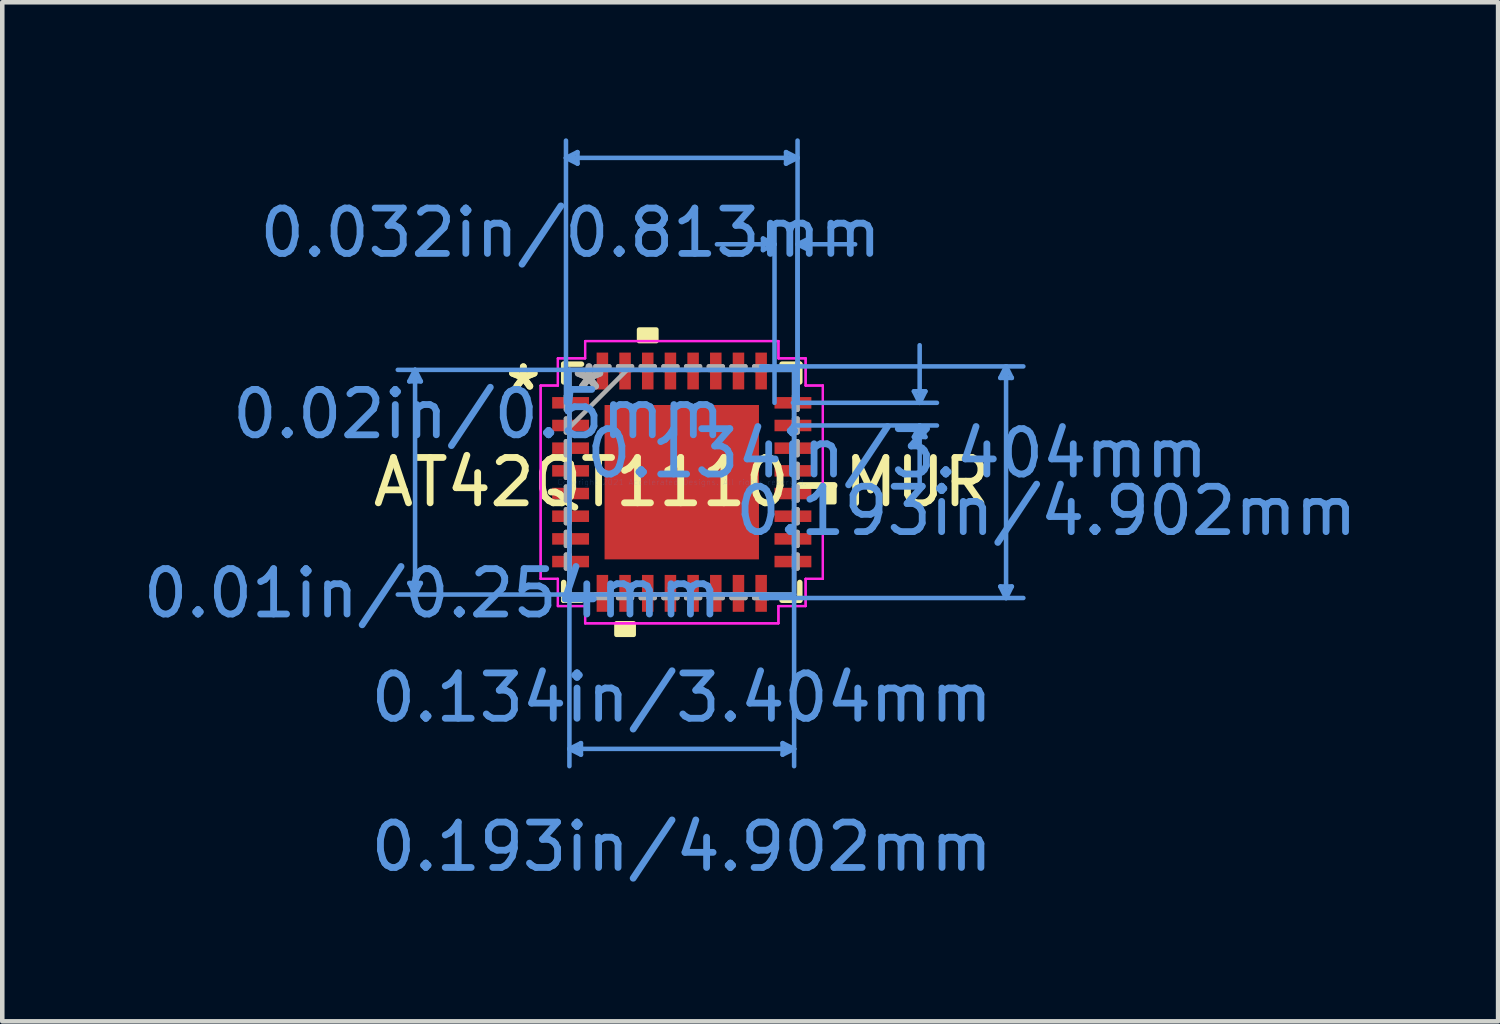
<source format=kicad_pcb>
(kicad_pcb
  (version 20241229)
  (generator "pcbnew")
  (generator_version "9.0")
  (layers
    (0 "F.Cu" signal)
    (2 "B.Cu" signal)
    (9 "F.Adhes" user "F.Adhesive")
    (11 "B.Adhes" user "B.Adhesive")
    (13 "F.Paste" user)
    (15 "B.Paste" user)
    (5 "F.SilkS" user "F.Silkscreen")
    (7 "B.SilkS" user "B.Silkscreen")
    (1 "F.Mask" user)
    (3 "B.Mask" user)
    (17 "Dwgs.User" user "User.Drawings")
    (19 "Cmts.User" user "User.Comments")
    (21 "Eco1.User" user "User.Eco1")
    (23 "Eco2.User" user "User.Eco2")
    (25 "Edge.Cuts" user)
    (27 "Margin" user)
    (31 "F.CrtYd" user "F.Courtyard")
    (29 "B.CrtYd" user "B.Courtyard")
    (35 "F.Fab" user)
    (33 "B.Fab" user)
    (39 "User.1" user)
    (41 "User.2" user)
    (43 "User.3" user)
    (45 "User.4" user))
  (footprint "AT42QT1110-MUR"
    (layer "F.Cu")
    (at 11.981 7.581)
    (property "Reference" "AT42QT1110-MUR" (at 0 0 0) (layer "F.SilkS") (effects (font (size 1 1) (thickness 0.15))))
    (attr through_hole)
    (fp_line (start -2.603 -2.603) (end -2.603 -2.21) (stroke (width 0.12) (type solid)) (layer "F.SilkS"))
    (fp_line (start -2.603 2.21) (end -2.603 2.603) (stroke (width 0.12) (type solid)) (layer "F.SilkS"))
    (fp_line (start -2.603 2.603) (end -2.21 2.603) (stroke (width 0.12) (type solid)) (layer "F.SilkS"))
    (fp_line (start -2.21 -2.603) (end -2.603 -2.603) (stroke (width 0.12) (type solid)) (layer "F.SilkS"))
    (fp_line (start 2.21 2.603) (end 2.603 2.603) (stroke (width 0.12) (type solid)) (layer "F.SilkS"))
    (fp_line (start 2.603 -2.603) (end 2.21 -2.603) (stroke (width 0.12) (type solid)) (layer "F.SilkS"))
    (fp_line (start 2.603 -2.21) (end 2.603 -2.603) (stroke (width 0.12) (type solid)) (layer "F.SilkS"))
    (fp_line (start 2.603 2.603) (end 2.603 2.21) (stroke (width 0.12) (type solid)) (layer "F.SilkS"))
    (fp_poly (pts (xy -1.44 3.111) (xy -1.44 3.365) (xy -1.06 3.365) (xy -1.06 3.111)) (stroke (width 0.1) (type solid)) (fill yes) (layer "F.SilkS"))
    (fp_poly (pts (xy -0.941 -3.111) (xy -0.941 -3.365) (xy -0.56 -3.365) (xy -0.56 -3.111)) (stroke (width 0.1) (type solid)) (fill yes) (layer "F.SilkS"))
    (fp_poly (pts (xy 3.365 0.059) (xy 3.365 0.441) (xy 3.111 0.441) (xy 3.111 0.059)) (stroke (width 0.1) (type solid)) (fill yes) (layer "F.SilkS"))
    (fp_poly (pts (xy -1.602 -1.602) (xy -1.602 -0.1) (xy -0.1 -0.1) (xy -0.1 -1.602)) (stroke (width 0.1) (type solid)) (fill yes) (layer "F.Paste"))
    (fp_poly (pts (xy -1.602 0.1) (xy -1.602 1.602) (xy -0.1 1.602) (xy -0.1 0.1)) (stroke (width 0.1) (type solid)) (fill yes) (layer "F.Paste"))
    (fp_poly (pts (xy 0.1 -1.602) (xy 0.1 -0.1) (xy 1.602 -0.1) (xy 1.602 -1.602)) (stroke (width 0.1) (type solid)) (fill yes) (layer "F.Paste"))
    (fp_poly (pts (xy 0.1 0.1) (xy 0.1 1.602) (xy 1.602 1.602) (xy 1.602 0.1)) (stroke (width 0.1) (type solid)) (fill yes) (layer "F.Paste"))
    (fp_line (start -6.007 -2.223) (end -5.753 -2.223) (stroke (width 0.1) (type solid)) (layer "Cmts.User"))
    (fp_line (start -6.007 2.223) (end -5.753 2.223) (stroke (width 0.1) (type solid)) (layer "Cmts.User"))
    (fp_line (start -5.88 -2.477) (end -6.007 -2.223) (stroke (width 0.1) (type solid)) (layer "Cmts.User"))
    (fp_line (start -5.88 -2.477) (end -5.88 2.477) (stroke (width 0.1) (type solid)) (layer "Cmts.User"))
    (fp_line (start -5.88 -2.477) (end -5.753 -2.223) (stroke (width 0.1) (type solid)) (layer "Cmts.User"))
    (fp_line (start -5.88 2.477) (end -6.007 2.223) (stroke (width 0.1) (type solid)) (layer "Cmts.User"))
    (fp_line (start -5.88 2.477) (end -5.753 2.223) (stroke (width 0.1) (type solid)) (layer "Cmts.User"))
    (fp_line (start -2.553 -7.15) (end -2.299 -7.277) (stroke (width 0.1) (type solid)) (layer "Cmts.User"))
    (fp_line (start -2.553 -7.15) (end -2.299 -7.023) (stroke (width 0.1) (type solid)) (layer "Cmts.User"))
    (fp_line (start -2.553 -7.15) (end 2.553 -7.15) (stroke (width 0.1) (type solid)) (layer "Cmts.User"))
    (fp_line (start -2.553 -1.75) (end -2.553 -7.531) (stroke (width 0.1) (type solid)) (layer "Cmts.User"))
    (fp_line (start -2.477 -2.477) (end -2.477 6.261) (stroke (width 0.1) (type solid)) (layer "Cmts.User"))
    (fp_line (start -2.477 5.88) (end -2.223 5.753) (stroke (width 0.1) (type solid)) (layer "Cmts.User"))
    (fp_line (start -2.477 5.88) (end -2.223 6.007) (stroke (width 0.1) (type solid)) (layer "Cmts.User"))
    (fp_line (start -2.477 5.88) (end 2.477 5.88) (stroke (width 0.1) (type solid)) (layer "Cmts.User"))
    (fp_line (start -2.299 -7.277) (end -2.299 -7.023) (stroke (width 0.1) (type solid)) (layer "Cmts.User"))
    (fp_line (start -2.223 5.753) (end -2.223 6.007) (stroke (width 0.1) (type solid)) (layer "Cmts.User"))
    (fp_line (start 1.75 -2.553) (end 7.531 -2.553) (stroke (width 0.1) (type solid)) (layer "Cmts.User"))
    (fp_line (start 1.75 2.553) (end 7.531 2.553) (stroke (width 0.1) (type solid)) (layer "Cmts.User"))
    (fp_line (start 1.791 -5.372) (end 1.791 -5.118) (stroke (width 0.1) (type solid)) (layer "Cmts.User"))
    (fp_line (start 2.045 -5.245) (end 0.775 -5.245) (stroke (width 0.1) (type solid)) (layer "Cmts.User"))
    (fp_line (start 2.045 -5.245) (end 1.791 -5.372) (stroke (width 0.1) (type solid)) (layer "Cmts.User"))
    (fp_line (start 2.045 -5.245) (end 1.791 -5.118) (stroke (width 0.1) (type solid)) (layer "Cmts.User"))
    (fp_line (start 2.045 -1.75) (end 2.045 -5.626) (stroke (width 0.1) (type solid)) (layer "Cmts.User"))
    (fp_line (start 2.223 5.753) (end 2.223 6.007) (stroke (width 0.1) (type solid)) (layer "Cmts.User"))
    (fp_line (start 2.299 -7.277) (end 2.299 -7.023) (stroke (width 0.1) (type solid)) (layer "Cmts.User"))
    (fp_line (start 2.451 -1.75) (end 5.626 -1.75) (stroke (width 0.1) (type solid)) (layer "Cmts.User"))
    (fp_line (start 2.451 -1.25) (end 5.626 -1.25) (stroke (width 0.1) (type solid)) (layer "Cmts.User"))
    (fp_line (start 2.477 -2.477) (end -6.261 -2.477) (stroke (width 0.1) (type solid)) (layer "Cmts.User"))
    (fp_line (start 2.477 -2.477) (end 2.477 6.261) (stroke (width 0.1) (type solid)) (layer "Cmts.User"))
    (fp_line (start 2.477 2.477) (end -6.261 2.477) (stroke (width 0.1) (type solid)) (layer "Cmts.User"))
    (fp_line (start 2.477 5.88) (end 2.223 5.753) (stroke (width 0.1) (type solid)) (layer "Cmts.User"))
    (fp_line (start 2.477 5.88) (end 2.223 6.007) (stroke (width 0.1) (type solid)) (layer "Cmts.User"))
    (fp_line (start 2.553 -7.15) (end 2.299 -7.277) (stroke (width 0.1) (type solid)) (layer "Cmts.User"))
    (fp_line (start 2.553 -7.15) (end 2.299 -7.023) (stroke (width 0.1) (type solid)) (layer "Cmts.User"))
    (fp_line (start 2.553 -5.245) (end 2.807 -5.372) (stroke (width 0.1) (type solid)) (layer "Cmts.User"))
    (fp_line (start 2.553 -5.245) (end 2.807 -5.118) (stroke (width 0.1) (type solid)) (layer "Cmts.User"))
    (fp_line (start 2.553 -5.245) (end 3.823 -5.245) (stroke (width 0.1) (type solid)) (layer "Cmts.User"))
    (fp_line (start 2.553 -1.75) (end 2.553 -7.531) (stroke (width 0.1) (type solid)) (layer "Cmts.User"))
    (fp_line (start 2.553 -1.75) (end 2.553 -5.626) (stroke (width 0.1) (type solid)) (layer "Cmts.User"))
    (fp_line (start 2.807 -5.372) (end 2.807 -5.118) (stroke (width 0.1) (type solid)) (layer "Cmts.User"))
    (fp_line (start 5.118 -2.004) (end 5.372 -2.004) (stroke (width 0.1) (type solid)) (layer "Cmts.User"))
    (fp_line (start 5.118 -0.996) (end 5.372 -0.996) (stroke (width 0.1) (type solid)) (layer "Cmts.User"))
    (fp_line (start 5.245 -1.75) (end 5.118 -2.004) (stroke (width 0.1) (type solid)) (layer "Cmts.User"))
    (fp_line (start 5.245 -1.75) (end 5.245 -3.02) (stroke (width 0.1) (type solid)) (layer "Cmts.User"))
    (fp_line (start 5.245 -1.75) (end 5.372 -2.004) (stroke (width 0.1) (type solid)) (layer "Cmts.User"))
    (fp_line (start 5.245 -1.25) (end 5.118 -0.996) (stroke (width 0.1) (type solid)) (layer "Cmts.User"))
    (fp_line (start 5.245 -1.25) (end 5.245 0.02) (stroke (width 0.1) (type solid)) (layer "Cmts.User"))
    (fp_line (start 5.245 -1.25) (end 5.372 -0.996) (stroke (width 0.1) (type solid)) (layer "Cmts.User"))
    (fp_line (start 7.023 -2.299) (end 7.277 -2.299) (stroke (width 0.1) (type solid)) (layer "Cmts.User"))
    (fp_line (start 7.023 2.299) (end 7.277 2.299) (stroke (width 0.1) (type solid)) (layer "Cmts.User"))
    (fp_line (start 7.15 -2.553) (end 7.023 -2.299) (stroke (width 0.1) (type solid)) (layer "Cmts.User"))
    (fp_line (start 7.15 -2.553) (end 7.15 2.553) (stroke (width 0.1) (type solid)) (layer "Cmts.User"))
    (fp_line (start 7.15 -2.553) (end 7.277 -2.299) (stroke (width 0.1) (type solid)) (layer "Cmts.User"))
    (fp_line (start 7.15 2.553) (end 7.023 2.299) (stroke (width 0.1) (type solid)) (layer "Cmts.User"))
    (fp_line (start 7.15 2.553) (end 7.277 2.299) (stroke (width 0.1) (type solid)) (layer "Cmts.User"))
    (fp_line (start -3.111 -2.131) (end -2.731 -2.131) (stroke (width 0.05) (type solid)) (layer "F.CrtYd"))
    (fp_line (start -3.111 -2.131) (end -2.731 -2.131) (stroke (width 0.05) (type solid)) (layer "F.CrtYd"))
    (fp_line (start -3.111 2.131) (end -3.111 -2.131) (stroke (width 0.05) (type solid)) (layer "F.CrtYd"))
    (fp_line (start -3.111 2.131) (end -3.111 -2.131) (stroke (width 0.05) (type solid)) (layer "F.CrtYd"))
    (fp_line (start -2.731 -2.731) (end -2.131 -2.731) (stroke (width 0.05) (type solid)) (layer "F.CrtYd"))
    (fp_line (start -2.731 -2.731) (end -2.131 -2.731) (stroke (width 0.05) (type solid)) (layer "F.CrtYd"))
    (fp_line (start -2.731 -2.131) (end -2.731 -2.731) (stroke (width 0.05) (type solid)) (layer "F.CrtYd"))
    (fp_line (start -2.731 -2.131) (end -2.731 -2.731) (stroke (width 0.05) (type solid)) (layer "F.CrtYd"))
    (fp_line (start -2.731 2.131) (end -3.111 2.131) (stroke (width 0.05) (type solid)) (layer "F.CrtYd"))
    (fp_line (start -2.731 2.131) (end -3.111 2.131) (stroke (width 0.05) (type solid)) (layer "F.CrtYd"))
    (fp_line (start -2.731 2.731) (end -2.731 2.131) (stroke (width 0.05) (type solid)) (layer "F.CrtYd"))
    (fp_line (start -2.731 2.731) (end -2.731 2.131) (stroke (width 0.05) (type solid)) (layer "F.CrtYd"))
    (fp_line (start -2.131 -3.111) (end 2.131 -3.111) (stroke (width 0.05) (type solid)) (layer "F.CrtYd"))
    (fp_line (start -2.131 -3.111) (end 2.131 -3.111) (stroke (width 0.05) (type solid)) (layer "F.CrtYd"))
    (fp_line (start -2.131 -2.731) (end -2.131 -3.111) (stroke (width 0.05) (type solid)) (layer "F.CrtYd"))
    (fp_line (start -2.131 -2.731) (end -2.131 -3.111) (stroke (width 0.05) (type solid)) (layer "F.CrtYd"))
    (fp_line (start -2.131 2.731) (end -2.731 2.731) (stroke (width 0.05) (type solid)) (layer "F.CrtYd"))
    (fp_line (start -2.131 2.731) (end -2.731 2.731) (stroke (width 0.05) (type solid)) (layer "F.CrtYd"))
    (fp_line (start -2.131 3.111) (end -2.131 2.731) (stroke (width 0.05) (type solid)) (layer "F.CrtYd"))
    (fp_line (start -2.131 3.111) (end -2.131 2.731) (stroke (width 0.05) (type solid)) (layer "F.CrtYd"))
    (fp_line (start 2.131 -3.111) (end 2.131 -2.731) (stroke (width 0.05) (type solid)) (layer "F.CrtYd"))
    (fp_line (start 2.131 -3.111) (end 2.131 -2.731) (stroke (width 0.05) (type solid)) (layer "F.CrtYd"))
    (fp_line (start 2.131 -2.731) (end 2.731 -2.731) (stroke (width 0.05) (type solid)) (layer "F.CrtYd"))
    (fp_line (start 2.131 -2.731) (end 2.731 -2.731) (stroke (width 0.05) (type solid)) (layer "F.CrtYd"))
    (fp_line (start 2.131 2.731) (end 2.131 3.111) (stroke (width 0.05) (type solid)) (layer "F.CrtYd"))
    (fp_line (start 2.131 2.731) (end 2.131 3.111) (stroke (width 0.05) (type solid)) (layer "F.CrtYd"))
    (fp_line (start 2.131 3.111) (end -2.131 3.111) (stroke (width 0.05) (type solid)) (layer "F.CrtYd"))
    (fp_line (start 2.131 3.111) (end -2.131 3.111) (stroke (width 0.05) (type solid)) (layer "F.CrtYd"))
    (fp_line (start 2.731 -2.731) (end 2.731 -2.131) (stroke (width 0.05) (type solid)) (layer "F.CrtYd"))
    (fp_line (start 2.731 -2.731) (end 2.731 -2.131) (stroke (width 0.05) (type solid)) (layer "F.CrtYd"))
    (fp_line (start 2.731 -2.131) (end 3.111 -2.131) (stroke (width 0.05) (type solid)) (layer "F.CrtYd"))
    (fp_line (start 2.731 -2.131) (end 3.111 -2.131) (stroke (width 0.05) (type solid)) (layer "F.CrtYd"))
    (fp_line (start 2.731 2.131) (end 2.731 2.731) (stroke (width 0.05) (type solid)) (layer "F.CrtYd"))
    (fp_line (start 2.731 2.131) (end 2.731 2.731) (stroke (width 0.05) (type solid)) (layer "F.CrtYd"))
    (fp_line (start 2.731 2.731) (end 2.131 2.731) (stroke (width 0.05) (type solid)) (layer "F.CrtYd"))
    (fp_line (start 2.731 2.731) (end 2.131 2.731) (stroke (width 0.05) (type solid)) (layer "F.CrtYd"))
    (fp_line (start 3.111 -2.131) (end 3.111 2.131) (stroke (width 0.05) (type solid)) (layer "F.CrtYd"))
    (fp_line (start 3.111 -2.131) (end 3.111 2.131) (stroke (width 0.05) (type solid)) (layer "F.CrtYd"))
    (fp_line (start 3.111 2.131) (end 2.731 2.131) (stroke (width 0.05) (type solid)) (layer "F.CrtYd"))
    (fp_line (start 3.111 2.131) (end 2.731 2.131) (stroke (width 0.05) (type solid)) (layer "F.CrtYd"))
    (fp_line (start -2.553 -1.902) (end -2.553 -1.598) (stroke (width 0.1) (type solid)) (layer "F.Fab"))
    (fp_line (start -2.553 -1.598) (end -2.477 -1.598) (stroke (width 0.1) (type solid)) (layer "F.Fab"))
    (fp_line (start -2.553 -1.402) (end -2.553 -1.098) (stroke (width 0.1) (type solid)) (layer "F.Fab"))
    (fp_line (start -2.553 -1.098) (end -2.477 -1.098) (stroke (width 0.1) (type solid)) (layer "F.Fab"))
    (fp_line (start -2.553 -0.902) (end -2.553 -0.598) (stroke (width 0.1) (type solid)) (layer "F.Fab"))
    (fp_line (start -2.553 -0.598) (end -2.477 -0.598) (stroke (width 0.1) (type solid)) (layer "F.Fab"))
    (fp_line (start -2.553 -0.402) (end -2.553 -0.098) (stroke (width 0.1) (type solid)) (layer "F.Fab"))
    (fp_line (start -2.553 -0.098) (end -2.477 -0.098) (stroke (width 0.1) (type solid)) (layer "F.Fab"))
    (fp_line (start -2.553 0.098) (end -2.553 0.402) (stroke (width 0.1) (type solid)) (layer "F.Fab"))
    (fp_line (start -2.553 0.402) (end -2.477 0.402) (stroke (width 0.1) (type solid)) (layer "F.Fab"))
    (fp_line (start -2.553 0.598) (end -2.553 0.902) (stroke (width 0.1) (type solid)) (layer "F.Fab"))
    (fp_line (start -2.553 0.902) (end -2.477 0.902) (stroke (width 0.1) (type solid)) (layer "F.Fab"))
    (fp_line (start -2.553 1.098) (end -2.553 1.402) (stroke (width 0.1) (type solid)) (layer "F.Fab"))
    (fp_line (start -2.553 1.402) (end -2.477 1.402) (stroke (width 0.1) (type solid)) (layer "F.Fab"))
    (fp_line (start -2.553 1.598) (end -2.553 1.902) (stroke (width 0.1) (type solid)) (layer "F.Fab"))
    (fp_line (start -2.553 1.902) (end -2.477 1.902) (stroke (width 0.1) (type solid)) (layer "F.Fab"))
    (fp_line (start -2.477 -2.477) (end -2.477 -2.477) (stroke (width 0.1) (type solid)) (layer "F.Fab"))
    (fp_line (start -2.477 -2.477) (end -2.477 2.477) (stroke (width 0.1) (type solid)) (layer "F.Fab"))
    (fp_line (start -2.477 -1.902) (end -2.553 -1.902) (stroke (width 0.1) (type solid)) (layer "F.Fab"))
    (fp_line (start -2.477 -1.598) (end -2.477 -1.902) (stroke (width 0.1) (type solid)) (layer "F.Fab"))
    (fp_line (start -2.477 -1.402) (end -2.553 -1.402) (stroke (width 0.1) (type solid)) (layer "F.Fab"))
    (fp_line (start -2.477 -1.206) (end -1.206 -2.477) (stroke (width 0.1) (type solid)) (layer "F.Fab"))
    (fp_line (start -2.477 -1.098) (end -2.477 -1.402) (stroke (width 0.1) (type solid)) (layer "F.Fab"))
    (fp_line (start -2.477 -0.902) (end -2.553 -0.902) (stroke (width 0.1) (type solid)) (layer "F.Fab"))
    (fp_line (start -2.477 -0.598) (end -2.477 -0.902) (stroke (width 0.1) (type solid)) (layer "F.Fab"))
    (fp_line (start -2.477 -0.402) (end -2.553 -0.402) (stroke (width 0.1) (type solid)) (layer "F.Fab"))
    (fp_line (start -2.477 -0.098) (end -2.477 -0.402) (stroke (width 0.1) (type solid)) (layer "F.Fab"))
    (fp_line (start -2.477 0.098) (end -2.553 0.098) (stroke (width 0.1) (type solid)) (layer "F.Fab"))
    (fp_line (start -2.477 0.402) (end -2.477 0.098) (stroke (width 0.1) (type solid)) (layer "F.Fab"))
    (fp_line (start -2.477 0.598) (end -2.553 0.598) (stroke (width 0.1) (type solid)) (layer "F.Fab"))
    (fp_line (start -2.477 0.902) (end -2.477 0.598) (stroke (width 0.1) (type solid)) (layer "F.Fab"))
    (fp_line (start -2.477 1.098) (end -2.553 1.098) (stroke (width 0.1) (type solid)) (layer "F.Fab"))
    (fp_line (start -2.477 1.402) (end -2.477 1.098) (stroke (width 0.1) (type solid)) (layer "F.Fab"))
    (fp_line (start -2.477 1.598) (end -2.553 1.598) (stroke (width 0.1) (type solid)) (layer "F.Fab"))
    (fp_line (start -2.477 1.902) (end -2.477 1.598) (stroke (width 0.1) (type solid)) (layer "F.Fab"))
    (fp_line (start -2.477 2.477) (end -2.477 2.477) (stroke (width 0.1) (type solid)) (layer "F.Fab"))
    (fp_line (start -2.477 2.477) (end 2.477 2.477) (stroke (width 0.1) (type solid)) (layer "F.Fab"))
    (fp_line (start -1.902 -2.553) (end -1.902 -2.477) (stroke (width 0.1) (type solid)) (layer "F.Fab"))
    (fp_line (start -1.902 -2.477) (end -1.598 -2.477) (stroke (width 0.1) (type solid)) (layer "F.Fab"))
    (fp_line (start -1.902 2.477) (end -1.902 2.553) (stroke (width 0.1) (type solid)) (layer "F.Fab"))
    (fp_line (start -1.902 2.553) (end -1.598 2.553) (stroke (width 0.1) (type solid)) (layer "F.Fab"))
    (fp_line (start -1.598 -2.553) (end -1.902 -2.553) (stroke (width 0.1) (type solid)) (layer "F.Fab"))
    (fp_line (start -1.598 -2.477) (end -1.598 -2.553) (stroke (width 0.1) (type solid)) (layer "F.Fab"))
    (fp_line (start -1.598 2.477) (end -1.902 2.477) (stroke (width 0.1) (type solid)) (layer "F.Fab"))
    (fp_line (start -1.598 2.553) (end -1.598 2.477) (stroke (width 0.1) (type solid)) (layer "F.Fab"))
    (fp_line (start -1.402 -2.553) (end -1.402 -2.477) (stroke (width 0.1) (type solid)) (layer "F.Fab"))
    (fp_line (start -1.402 -2.477) (end -1.098 -2.477) (stroke (width 0.1) (type solid)) (layer "F.Fab"))
    (fp_line (start -1.402 2.477) (end -1.402 2.553) (stroke (width 0.1) (type solid)) (layer "F.Fab"))
    (fp_line (start -1.402 2.553) (end -1.098 2.553) (stroke (width 0.1) (type solid)) (layer "F.Fab"))
    (fp_line (start -1.098 -2.553) (end -1.402 -2.553) (stroke (width 0.1) (type solid)) (layer "F.Fab"))
    (fp_line (start -1.098 -2.477) (end -1.098 -2.553) (stroke (width 0.1) (type solid)) (layer "F.Fab"))
    (fp_line (start -1.098 2.477) (end -1.402 2.477) (stroke (width 0.1) (type solid)) (layer "F.Fab"))
    (fp_line (start -1.098 2.553) (end -1.098 2.477) (stroke (width 0.1) (type solid)) (layer "F.Fab"))
    (fp_line (start -0.902 -2.553) (end -0.902 -2.477) (stroke (width 0.1) (type solid)) (layer "F.Fab"))
    (fp_line (start -0.902 -2.477) (end -0.598 -2.477) (stroke (width 0.1) (type solid)) (layer "F.Fab"))
    (fp_line (start -0.902 2.477) (end -0.902 2.553) (stroke (width 0.1) (type solid)) (layer "F.Fab"))
    (fp_line (start -0.902 2.553) (end -0.598 2.553) (stroke (width 0.1) (type solid)) (layer "F.Fab"))
    (fp_line (start -0.598 -2.553) (end -0.902 -2.553) (stroke (width 0.1) (type solid)) (layer "F.Fab"))
    (fp_line (start -0.598 -2.477) (end -0.598 -2.553) (stroke (width 0.1) (type solid)) (layer "F.Fab"))
    (fp_line (start -0.598 2.477) (end -0.902 2.477) (stroke (width 0.1) (type solid)) (layer "F.Fab"))
    (fp_line (start -0.598 2.553) (end -0.598 2.477) (stroke (width 0.1) (type solid)) (layer "F.Fab"))
    (fp_line (start -0.402 -2.553) (end -0.402 -2.477) (stroke (width 0.1) (type solid)) (layer "F.Fab"))
    (fp_line (start -0.402 -2.477) (end -0.098 -2.477) (stroke (width 0.1) (type solid)) (layer "F.Fab"))
    (fp_line (start -0.402 2.477) (end -0.402 2.553) (stroke (width 0.1) (type solid)) (layer "F.Fab"))
    (fp_line (start -0.402 2.553) (end -0.098 2.553) (stroke (width 0.1) (type solid)) (layer "F.Fab"))
    (fp_line (start -0.098 -2.553) (end -0.402 -2.553) (stroke (width 0.1) (type solid)) (layer "F.Fab"))
    (fp_line (start -0.098 -2.477) (end -0.098 -2.553) (stroke (width 0.1) (type solid)) (layer "F.Fab"))
    (fp_line (start -0.098 2.477) (end -0.402 2.477) (stroke (width 0.1) (type solid)) (layer "F.Fab"))
    (fp_line (start -0.098 2.553) (end -0.098 2.477) (stroke (width 0.1) (type solid)) (layer "F.Fab"))
    (fp_line (start 0.098 -2.553) (end 0.098 -2.477) (stroke (width 0.1) (type solid)) (layer "F.Fab"))
    (fp_line (start 0.098 -2.477) (end 0.402 -2.477) (stroke (width 0.1) (type solid)) (layer "F.Fab"))
    (fp_line (start 0.098 2.477) (end 0.098 2.553) (stroke (width 0.1) (type solid)) (layer "F.Fab"))
    (fp_line (start 0.098 2.553) (end 0.402 2.553) (stroke (width 0.1) (type solid)) (layer "F.Fab"))
    (fp_line (start 0.402 -2.553) (end 0.098 -2.553) (stroke (width 0.1) (type solid)) (layer "F.Fab"))
    (fp_line (start 0.402 -2.477) (end 0.402 -2.553) (stroke (width 0.1) (type solid)) (layer "F.Fab"))
    (fp_line (start 0.402 2.477) (end 0.098 2.477) (stroke (width 0.1) (type solid)) (layer "F.Fab"))
    (fp_line (start 0.402 2.553) (end 0.402 2.477) (stroke (width 0.1) (type solid)) (layer "F.Fab"))
    (fp_line (start 0.598 -2.553) (end 0.598 -2.477) (stroke (width 0.1) (type solid)) (layer "F.Fab"))
    (fp_line (start 0.598 -2.477) (end 0.902 -2.477) (stroke (width 0.1) (type solid)) (layer "F.Fab"))
    (fp_line (start 0.598 2.477) (end 0.598 2.553) (stroke (width 0.1) (type solid)) (layer "F.Fab"))
    (fp_line (start 0.598 2.553) (end 0.902 2.553) (stroke (width 0.1) (type solid)) (layer "F.Fab"))
    (fp_line (start 0.902 -2.553) (end 0.598 -2.553) (stroke (width 0.1) (type solid)) (layer "F.Fab"))
    (fp_line (start 0.902 -2.477) (end 0.902 -2.553) (stroke (width 0.1) (type solid)) (layer "F.Fab"))
    (fp_line (start 0.902 2.477) (end 0.598 2.477) (stroke (width 0.1) (type solid)) (layer "F.Fab"))
    (fp_line (start 0.902 2.553) (end 0.902 2.477) (stroke (width 0.1) (type solid)) (layer "F.Fab"))
    (fp_line (start 1.098 -2.553) (end 1.098 -2.477) (stroke (width 0.1) (type solid)) (layer "F.Fab"))
    (fp_line (start 1.098 -2.477) (end 1.402 -2.477) (stroke (width 0.1) (type solid)) (layer "F.Fab"))
    (fp_line (start 1.098 2.477) (end 1.098 2.553) (stroke (width 0.1) (type solid)) (layer "F.Fab"))
    (fp_line (start 1.098 2.553) (end 1.402 2.553) (stroke (width 0.1) (type solid)) (layer "F.Fab"))
    (fp_line (start 1.402 -2.553) (end 1.098 -2.553) (stroke (width 0.1) (type solid)) (layer "F.Fab"))
    (fp_line (start 1.402 -2.477) (end 1.402 -2.553) (stroke (width 0.1) (type solid)) (layer "F.Fab"))
    (fp_line (start 1.402 2.477) (end 1.098 2.477) (stroke (width 0.1) (type solid)) (layer "F.Fab"))
    (fp_line (start 1.402 2.553) (end 1.402 2.477) (stroke (width 0.1) (type solid)) (layer "F.Fab"))
    (fp_line (start 1.598 -2.553) (end 1.598 -2.477) (stroke (width 0.1) (type solid)) (layer "F.Fab"))
    (fp_line (start 1.598 -2.477) (end 1.902 -2.477) (stroke (width 0.1) (type solid)) (layer "F.Fab"))
    (fp_line (start 1.598 2.477) (end 1.598 2.553) (stroke (width 0.1) (type solid)) (layer "F.Fab"))
    (fp_line (start 1.598 2.553) (end 1.902 2.553) (stroke (width 0.1) (type solid)) (layer "F.Fab"))
    (fp_line (start 1.902 -2.553) (end 1.598 -2.553) (stroke (width 0.1) (type solid)) (layer "F.Fab"))
    (fp_line (start 1.902 -2.477) (end 1.902 -2.553) (stroke (width 0.1) (type solid)) (layer "F.Fab"))
    (fp_line (start 1.902 2.477) (end 1.598 2.477) (stroke (width 0.1) (type solid)) (layer "F.Fab"))
    (fp_line (start 1.902 2.553) (end 1.902 2.477) (stroke (width 0.1) (type solid)) (layer "F.Fab"))
    (fp_line (start 2.477 -2.477) (end -2.477 -2.477) (stroke (width 0.1) (type solid)) (layer "F.Fab"))
    (fp_line (start 2.477 -2.477) (end 2.477 -2.477) (stroke (width 0.1) (type solid)) (layer "F.Fab"))
    (fp_line (start 2.477 -1.902) (end 2.477 -1.598) (stroke (width 0.1) (type solid)) (layer "F.Fab"))
    (fp_line (start 2.477 -1.598) (end 2.553 -1.598) (stroke (width 0.1) (type solid)) (layer "F.Fab"))
    (fp_line (start 2.477 -1.402) (end 2.477 -1.098) (stroke (width 0.1) (type solid)) (layer "F.Fab"))
    (fp_line (start 2.477 -1.098) (end 2.553 -1.098) (stroke (width 0.1) (type solid)) (layer "F.Fab"))
    (fp_line (start 2.477 -0.902) (end 2.477 -0.598) (stroke (width 0.1) (type solid)) (layer "F.Fab"))
    (fp_line (start 2.477 -0.598) (end 2.553 -0.598) (stroke (width 0.1) (type solid)) (layer "F.Fab"))
    (fp_line (start 2.477 -0.402) (end 2.477 -0.098) (stroke (width 0.1) (type solid)) (layer "F.Fab"))
    (fp_line (start 2.477 -0.098) (end 2.553 -0.098) (stroke (width 0.1) (type solid)) (layer "F.Fab"))
    (fp_line (start 2.477 0.098) (end 2.477 0.402) (stroke (width 0.1) (type solid)) (layer "F.Fab"))
    (fp_line (start 2.477 0.402) (end 2.553 0.402) (stroke (width 0.1) (type solid)) (layer "F.Fab"))
    (fp_line (start 2.477 0.598) (end 2.477 0.902) (stroke (width 0.1) (type solid)) (layer "F.Fab"))
    (fp_line (start 2.477 0.902) (end 2.553 0.902) (stroke (width 0.1) (type solid)) (layer "F.Fab"))
    (fp_line (start 2.477 1.098) (end 2.477 1.402) (stroke (width 0.1) (type solid)) (layer "F.Fab"))
    (fp_line (start 2.477 1.402) (end 2.553 1.402) (stroke (width 0.1) (type solid)) (layer "F.Fab"))
    (fp_line (start 2.477 1.598) (end 2.477 1.902) (stroke (width 0.1) (type solid)) (layer "F.Fab"))
    (fp_line (start 2.477 1.902) (end 2.553 1.902) (stroke (width 0.1) (type solid)) (layer "F.Fab"))
    (fp_line (start 2.477 2.477) (end 2.477 -2.477) (stroke (width 0.1) (type solid)) (layer "F.Fab"))
    (fp_line (start 2.477 2.477) (end 2.477 2.477) (stroke (width 0.1) (type solid)) (layer "F.Fab"))
    (fp_line (start 2.553 -1.902) (end 2.477 -1.902) (stroke (width 0.1) (type solid)) (layer "F.Fab"))
    (fp_line (start 2.553 -1.598) (end 2.553 -1.902) (stroke (width 0.1) (type solid)) (layer "F.Fab"))
    (fp_line (start 2.553 -1.402) (end 2.477 -1.402) (stroke (width 0.1) (type solid)) (layer "F.Fab"))
    (fp_line (start 2.553 -1.098) (end 2.553 -1.402) (stroke (width 0.1) (type solid)) (layer "F.Fab"))
    (fp_line (start 2.553 -0.902) (end 2.477 -0.902) (stroke (width 0.1) (type solid)) (layer "F.Fab"))
    (fp_line (start 2.553 -0.598) (end 2.553 -0.902) (stroke (width 0.1) (type solid)) (layer "F.Fab"))
    (fp_line (start 2.553 -0.402) (end 2.477 -0.402) (stroke (width 0.1) (type solid)) (layer "F.Fab"))
    (fp_line (start 2.553 -0.098) (end 2.553 -0.402) (stroke (width 0.1) (type solid)) (layer "F.Fab"))
    (fp_line (start 2.553 0.098) (end 2.477 0.098) (stroke (width 0.1) (type solid)) (layer "F.Fab"))
    (fp_line (start 2.553 0.402) (end 2.553 0.098) (stroke (width 0.1) (type solid)) (layer "F.Fab"))
    (fp_line (start 2.553 0.598) (end 2.477 0.598) (stroke (width 0.1) (type solid)) (layer "F.Fab"))
    (fp_line (start 2.553 0.902) (end 2.553 0.598) (stroke (width 0.1) (type solid)) (layer "F.Fab"))
    (fp_line (start 2.553 1.098) (end 2.477 1.098) (stroke (width 0.1) (type solid)) (layer "F.Fab"))
    (fp_line (start 2.553 1.402) (end 2.553 1.098) (stroke (width 0.1) (type solid)) (layer "F.Fab"))
    (fp_line (start 2.553 1.598) (end 2.477 1.598) (stroke (width 0.1) (type solid)) (layer "F.Fab"))
    (fp_line (start 2.553 1.902) (end 2.553 1.598) (stroke (width 0.1) (type solid)) (layer "F.Fab"))
    (fp_text user "*" (at -3.493 -2 0) (layer "F.SilkS") (effects (font (size 1 1) (thickness 0.15))))
    (fp_text user "*" (at -3.493 -2 0) (layer "F.SilkS") (effects (font (size 1 1) (thickness 0.15))))
    (fp_text user "0.032in/0.813mm" (at -2.451 -5.499 0) (layer "Cmts.User") (effects (font (size 1 1) (thickness 0.15))))
    (fp_text user "0.134in/3.404mm" (at 0 4.75 0) (layer "Cmts.User") (effects (font (size 1 1) (thickness 0.15))))
    (fp_text user "0.193in/4.902mm" (at 0 8.039 0) (layer "Cmts.User") (effects (font (size 1 1) (thickness 0.15))))
    (fp_text user "Copyright 2021 Accelerated Designs. All rights reserved." (at 0 0 0) (layer "Cmts.User") (effects (font (size 0.127 0.127) (thickness 0.002))))
    (fp_text user "0.02in/0.5mm" (at -4.483 -1.5 0) (layer "Cmts.User") (effects (font (size 1 1) (thickness 0.15))))
    (fp_text user "0.134in/3.404mm" (at 4.75 -0.635 0) (layer "Cmts.User") (effects (font (size 1 1) (thickness 0.15))))
    (fp_text user "0.01in/0.254mm" (at -5.499 2.451 0) (layer "Cmts.User") (effects (font (size 1 1) (thickness 0.15))))
    (fp_text user "0.193in/4.902mm" (at 8.039 0.635 0) (layer "Cmts.User") (effects (font (size 1 1) (thickness 0.15))))
    (fp_text user "*" (at -2.045 -2 0) (layer "F.Fab") (effects (font (size 1 1) (thickness 0.15))))
    (fp_text user "*" (at -2.045 -2 0) (layer "F.Fab") (effects (font (size 1 1) (thickness 0.15))))
    (pad "1" smd rect (at -2.451 -1.75 90) (size 0.254 0.813) (layers "F.Cu" "F.Mask" "F.Paste"))
    (pad "2" smd rect (at -2.451 -1.25 90) (size 0.254 0.813) (layers "F.Cu" "F.Mask" "F.Paste"))
    (pad "3" smd rect (at -2.451 -0.75 90) (size 0.254 0.813) (layers "F.Cu" "F.Mask" "F.Paste"))
    (pad "4" smd rect (at -2.451 -0.25 90) (size 0.254 0.813) (layers "F.Cu" "F.Mask" "F.Paste"))
    (pad "5" smd rect (at -2.451 0.25 90) (size 0.254 0.813) (layers "F.Cu" "F.Mask" "F.Paste"))
    (pad "6" smd rect (at -2.451 0.75 90) (size 0.254 0.813) (layers "F.Cu" "F.Mask" "F.Paste"))
    (pad "7" smd rect (at -2.451 1.25 90) (size 0.254 0.813) (layers "F.Cu" "F.Mask" "F.Paste"))
    (pad "8" smd rect (at -2.451 1.75 90) (size 0.254 0.813) (layers "F.Cu" "F.Mask" "F.Paste"))
    (pad "9" smd rect (at -1.75 2.451) (size 0.254 0.813) (layers "F.Cu" "F.Mask" "F.Paste"))
    (pad "10" smd rect (at -1.25 2.451) (size 0.254 0.813) (layers "F.Cu" "F.Mask" "F.Paste"))
    (pad "11" smd rect (at -0.75 2.451) (size 0.254 0.813) (layers "F.Cu" "F.Mask" "F.Paste"))
    (pad "12" smd rect (at -0.25 2.451) (size 0.254 0.813) (layers "F.Cu" "F.Mask" "F.Paste"))
    (pad "13" smd rect (at 0.25 2.451) (size 0.254 0.813) (layers "F.Cu" "F.Mask" "F.Paste"))
    (pad "14" smd rect (at 0.75 2.451) (size 0.254 0.813) (layers "F.Cu" "F.Mask" "F.Paste"))
    (pad "15" smd rect (at 1.25 2.451) (size 0.254 0.813) (layers "F.Cu" "F.Mask" "F.Paste"))
    (pad "16" smd rect (at 1.75 2.451) (size 0.254 0.813) (layers "F.Cu" "F.Mask" "F.Paste"))
    (pad "17" smd rect (at 2.451 1.75 90) (size 0.254 0.813) (layers "F.Cu" "F.Mask" "F.Paste"))
    (pad "18" smd rect (at 2.451 1.25 90) (size 0.254 0.813) (layers "F.Cu" "F.Mask" "F.Paste"))
    (pad "19" smd rect (at 2.451 0.75 90) (size 0.254 0.813) (layers "F.Cu" "F.Mask" "F.Paste"))
    (pad "20" smd rect (at 2.451 0.25 90) (size 0.254 0.813) (layers "F.Cu" "F.Mask" "F.Paste"))
    (pad "21" smd rect (at 2.451 -0.25 90) (size 0.254 0.813) (layers "F.Cu" "F.Mask" "F.Paste"))
    (pad "22" smd rect (at 2.451 -0.75 90) (size 0.254 0.813) (layers "F.Cu" "F.Mask" "F.Paste"))
    (pad "23" smd rect (at 2.451 -1.25 90) (size 0.254 0.813) (layers "F.Cu" "F.Mask" "F.Paste"))
    (pad "24" smd rect (at 2.451 -1.75 90) (size 0.254 0.813) (layers "F.Cu" "F.Mask" "F.Paste"))
    (pad "25" smd rect (at 1.75 -2.451) (size 0.254 0.813) (layers "F.Cu" "F.Mask" "F.Paste"))
    (pad "26" smd rect (at 1.25 -2.451) (size 0.254 0.813) (layers "F.Cu" "F.Mask" "F.Paste"))
    (pad "27" smd rect (at 0.75 -2.451) (size 0.254 0.813) (layers "F.Cu" "F.Mask" "F.Paste"))
    (pad "28" smd rect (at 0.25 -2.451) (size 0.254 0.813) (layers "F.Cu" "F.Mask" "F.Paste"))
    (pad "29" smd rect (at -0.25 -2.451) (size 0.254 0.813) (layers "F.Cu" "F.Mask" "F.Paste"))
    (pad "30" smd rect (at -0.75 -2.451) (size 0.254 0.813) (layers "F.Cu" "F.Mask" "F.Paste"))
    (pad "31" smd rect (at -1.25 -2.451) (size 0.254 0.813) (layers "F.Cu" "F.Mask" "F.Paste"))
    (pad "32" smd rect (at -1.75 -2.451) (size 0.254 0.813) (layers "F.Cu" "F.Mask" "F.Paste"))
    (pad "33" smd rect (at 0 0) (size 3.404 3.404) (layers "F.Cu" "F.Mask")))
  (gr_rect
    (start -3 -3)
    (end 29.979 19.468)
    (stroke (width 0.1) (type default))
    (fill no)
    (layer "Edge.Cuts")))
</source>
